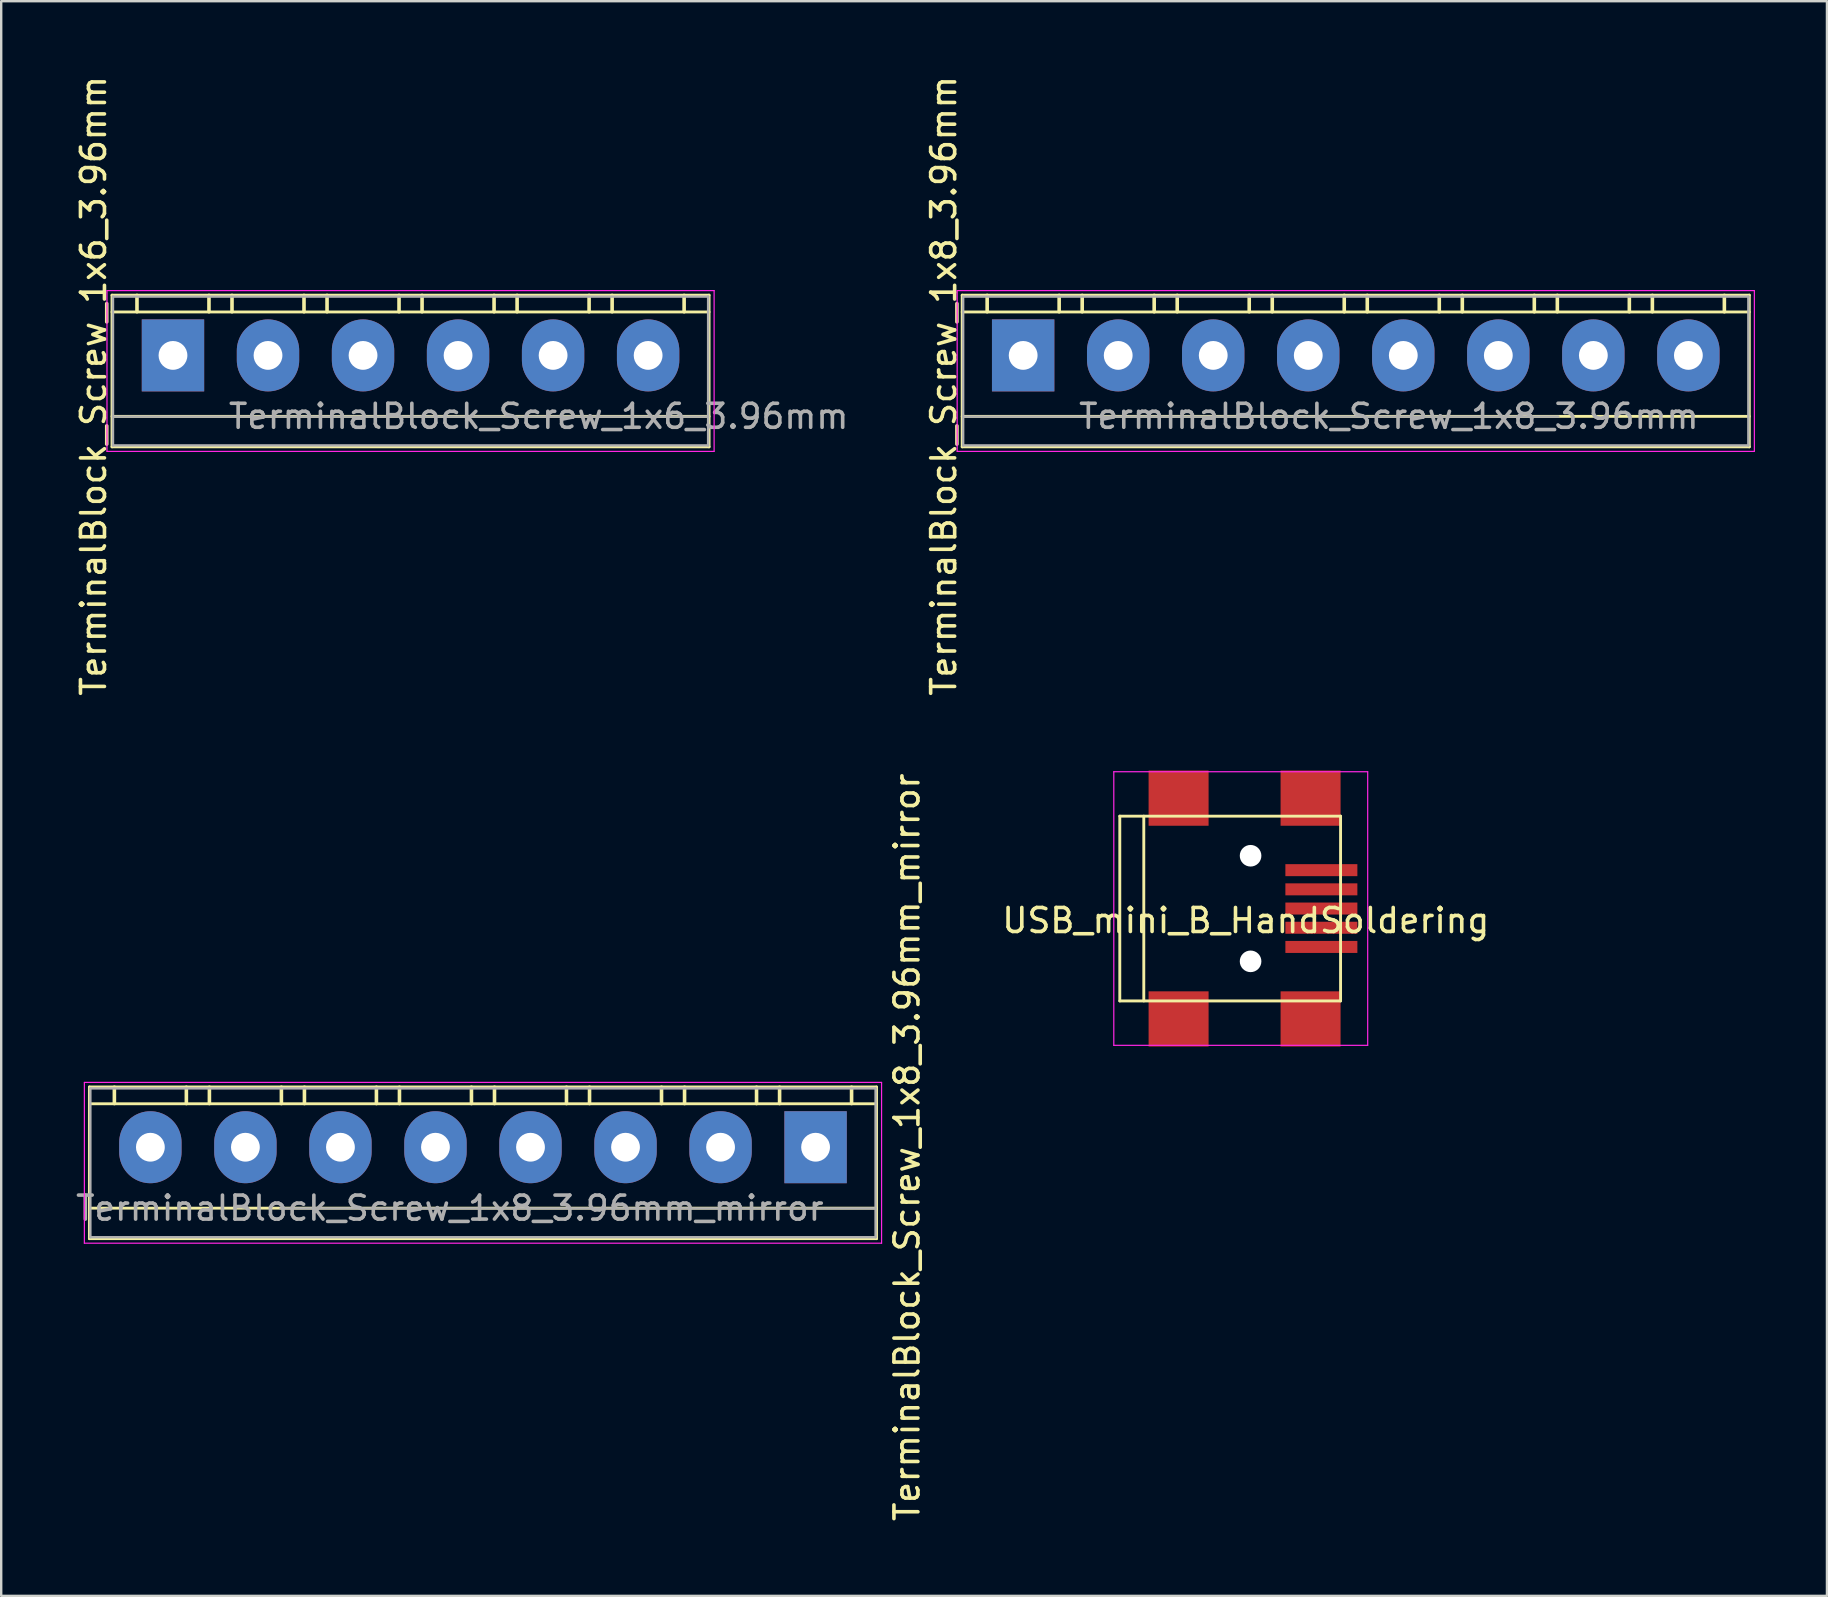
<source format=kicad_pcb>
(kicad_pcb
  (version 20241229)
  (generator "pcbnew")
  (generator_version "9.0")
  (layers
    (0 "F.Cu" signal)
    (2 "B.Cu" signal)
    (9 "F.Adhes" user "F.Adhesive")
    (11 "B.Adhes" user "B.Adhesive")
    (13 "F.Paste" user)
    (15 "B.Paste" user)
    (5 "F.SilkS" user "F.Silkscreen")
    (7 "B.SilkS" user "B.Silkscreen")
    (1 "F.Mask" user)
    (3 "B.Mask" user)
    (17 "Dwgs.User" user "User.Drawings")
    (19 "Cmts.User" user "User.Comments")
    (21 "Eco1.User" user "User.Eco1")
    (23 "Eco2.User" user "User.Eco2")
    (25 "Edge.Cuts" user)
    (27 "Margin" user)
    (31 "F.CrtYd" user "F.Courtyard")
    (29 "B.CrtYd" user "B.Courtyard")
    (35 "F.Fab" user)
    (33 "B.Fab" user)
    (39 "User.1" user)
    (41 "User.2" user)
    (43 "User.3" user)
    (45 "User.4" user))
  (footprint "USB_mini_B_HandSoldering"
    (layer "F.Cu")
    (at 48.863 34.81)
    (property "Reference" "USB_mini_B_HandSoldering" (at 0 0.5 0) (layer "F.SilkS") (effects (font (size 1 1) (thickness 0.15))))
    (attr through_hole)
    (fp_line (start -5.25 -3.85) (end -5.25 3.85) (stroke (width 0.12) (type solid)) (layer "F.SilkS"))
    (fp_line (start -5.25 3.85) (end 3.95 3.85) (stroke (width 0.12) (type solid)) (layer "F.SilkS"))
    (fp_line (start -4.25 -3.85) (end -4.25 3.85) (stroke (width 0.12) (type solid)) (layer "F.SilkS"))
    (fp_line (start 3.95 -3.85) (end -5.25 -3.85) (stroke (width 0.12) (type solid)) (layer "F.SilkS"))
    (fp_line (start 3.95 3.85) (end 3.95 -3.85) (stroke (width 0.12) (type solid)) (layer "F.SilkS"))
    (fp_line (start -5.5 -5.7) (end 5.08 -5.7) (stroke (width 0.05) (type solid)) (layer "F.CrtYd"))
    (fp_line (start -5.5 5.7) (end -5.5 -5.7) (stroke (width 0.05) (type solid)) (layer "F.CrtYd"))
    (fp_line (start 5.08 -5.7) (end 5.08 5.7) (stroke (width 0.05) (type solid)) (layer "F.CrtYd"))
    (fp_line (start 5.08 5.7) (end -5.5 5.7) (stroke (width 0.05) (type solid)) (layer "F.CrtYd"))
    (pad "" np_thru_hole circle (at 0.2 -2.2) (size 0.9 0.9) (drill 0.9) (layers "*.Cu" "*.Mask"))
    (pad "" np_thru_hole circle (at 0.2 2.2) (size 0.9 0.9) (drill 0.9) (layers "*.Cu" "*.Mask"))
    (pad "1" smd rect (at 3.15 -1.6) (size 3 0.5) (layers "F.Cu" "F.Mask" "F.Paste"))
    (pad "2" smd rect (at 3.15 -0.8) (size 3 0.5) (layers "F.Cu" "F.Mask" "F.Paste"))
    (pad "3" smd rect (at 3.15 0) (size 3 0.5) (layers "F.Cu" "F.Mask" "F.Paste"))
    (pad "4" smd rect (at 3.15 0.8) (size 3 0.5) (layers "F.Cu" "F.Mask" "F.Paste"))
    (pad "5" smd rect (at 3.15 1.6) (size 3 0.5) (layers "F.Cu" "F.Mask" "F.Paste"))
    (pad "6" smd rect (at -2.8 -4.6) (size 2.5 2.3) (layers "F.Cu" "F.Mask" "F.Paste"))
    (pad "6" smd rect (at -2.8 4.6) (size 2.5 2.3) (layers "F.Cu" "F.Mask" "F.Paste"))
    (pad "6" smd rect (at 2.7 -4.6) (size 2.5 2.3) (layers "F.Cu" "F.Mask" "F.Paste"))
    (pad "6" smd rect (at 2.7 4.6) (size 2.5 2.3) (layers "F.Cu" "F.Mask" "F.Paste")))
  (footprint "TerminalBlock_Screw_1x6_3.96mm"
    (layer "F.Cu")
    (at 4.158 11.76)
    (property "Reference" "TerminalBlock_Screw_1x6_3.96mm" (at -3.31 1.27 90) (layer "F.SilkS") (effects (font (size 1 1) (thickness 0.15))))
    (attr through_hole)
    (fp_line (start -2.54 -2.51) (end -2.54 3.81) (stroke (width 0.12) (type solid)) (layer "F.SilkS"))
    (fp_line (start -2.54 -2.51) (end 22.34 -2.51) (stroke (width 0.12) (type solid)) (layer "F.SilkS"))
    (fp_line (start -2.54 -1.81) (end 22.34 -1.81) (stroke (width 0.12) (type solid)) (layer "F.SilkS"))
    (fp_line (start -2.54 2.54) (end 22.34 2.54) (stroke (width 0.12) (type solid)) (layer "F.SilkS"))
    (fp_line (start -2.54 3.81) (end 22.34 3.81) (stroke (width 0.12) (type solid)) (layer "F.SilkS"))
    (fp_line (start -1.5 -2.5) (end -1.5 -1.82) (stroke (width 0.15) (type solid)) (layer "F.SilkS"))
    (fp_line (start 1.5 -2.5) (end 1.5 -1.82) (stroke (width 0.15) (type solid)) (layer "F.SilkS"))
    (fp_line (start 2.46 -2.5) (end 2.46 -1.82) (stroke (width 0.15) (type solid)) (layer "F.SilkS"))
    (fp_line (start 5.46 -2.5) (end 5.46 -1.82) (stroke (width 0.15) (type solid)) (layer "F.SilkS"))
    (fp_line (start 6.42 -2.5) (end 6.42 -1.82) (stroke (width 0.15) (type solid)) (layer "F.SilkS"))
    (fp_line (start 9.42 -2.5) (end 9.42 -1.82) (stroke (width 0.15) (type solid)) (layer "F.SilkS"))
    (fp_line (start 10.38 -2.5) (end 10.38 -1.82) (stroke (width 0.15) (type solid)) (layer "F.SilkS"))
    (fp_line (start 13.38 -2.5) (end 13.38 -1.82) (stroke (width 0.15) (type solid)) (layer "F.SilkS"))
    (fp_line (start 14.34 -2.5) (end 14.34 -1.82) (stroke (width 0.15) (type solid)) (layer "F.SilkS"))
    (fp_line (start 17.34 -2.5) (end 17.34 -1.82) (stroke (width 0.15) (type solid)) (layer "F.SilkS"))
    (fp_line (start 18.3 -2.5) (end 18.3 -1.82) (stroke (width 0.15) (type solid)) (layer "F.SilkS"))
    (fp_line (start 21.3 -2.5) (end 21.3 -1.82) (stroke (width 0.15) (type solid)) (layer "F.SilkS"))
    (fp_line (start 22.34 3.81) (end 22.34 -2.51) (stroke (width 0.12) (type solid)) (layer "F.SilkS"))
    (fp_line (start -2.75 -2.7) (end -2.75 4) (stroke (width 0.05) (type solid)) (layer "F.CrtYd"))
    (fp_line (start -2.75 -2.7) (end 22.55 -2.7) (stroke (width 0.05) (type solid)) (layer "F.CrtYd"))
    (fp_line (start 22.55 4) (end -2.75 4) (stroke (width 0.05) (type solid)) (layer "F.CrtYd"))
    (fp_line (start 22.55 4) (end 22.55 -2.7) (stroke (width 0.05) (type solid)) (layer "F.CrtYd"))
    (fp_line (start -2.5 -2.45) (end -2.5 3.75) (stroke (width 0.1) (type solid)) (layer "F.Fab"))
    (fp_line (start -2.5 2.55) (end 22.3 2.55) (stroke (width 0.1) (type solid)) (layer "F.Fab"))
    (fp_line (start -2.5 3.75) (end 22.3 3.75) (stroke (width 0.1) (type solid)) (layer "F.Fab"))
    (fp_line (start 22.3 -2.45) (end -2.5 -2.45) (stroke (width 0.1) (type solid)) (layer "F.Fab"))
    (fp_line (start 22.3 3.75) (end 22.3 -2.45) (stroke (width 0.1) (type solid)) (layer "F.Fab"))
    (fp_text user "${REFERENCE}" (at 15.24 2.54 0) (layer "F.Fab") (effects (font (size 1 1) (thickness 0.15))))
    (pad "1" thru_hole rect (at 0 0) (size 2.6 3) (drill 1.2) (layers "*.Cu" "*.Mask"))
    (pad "2" thru_hole oval (at 3.96 0) (size 2.6 3) (drill 1.2) (layers "*.Cu" "*.Mask"))
    (pad "3" thru_hole oval (at 7.92 0) (size 2.6 3) (drill 1.2) (layers "*.Cu" "*.Mask"))
    (pad "4" thru_hole oval (at 11.88 0) (size 2.6 3) (drill 1.2) (layers "*.Cu" "*.Mask"))
    (pad "5" thru_hole oval (at 15.84 0) (size 2.6 3) (drill 1.2) (layers "*.Cu" "*.Mask"))
    (pad "6" thru_hole oval (at 19.8 0) (size 2.6 3) (drill 1.2) (layers "*.Cu" "*.Mask")))
  (footprint "TerminalBlock_Screw_1x8_3.96mm_mirror"
    (layer "F.Cu")
    (at 30.936 44.756)
    (property "Reference" "TerminalBlock_Screw_1x8_3.96mm_mirror" (at 3.81 0 270) (layer "F.SilkS") (effects (font (size 1 1) (thickness 0.15))))
    (attr through_hole)
    (fp_line (start -30.26 3.81) (end -30.26 -2.51) (stroke (width 0.12) (type solid)) (layer "F.SilkS"))
    (fp_line (start -29.22 -2.5) (end -29.22 -1.82) (stroke (width 0.15) (type solid)) (layer "F.SilkS"))
    (fp_line (start -26.22 -2.5) (end -26.22 -1.82) (stroke (width 0.15) (type solid)) (layer "F.SilkS"))
    (fp_line (start -25.26 -2.5) (end -25.26 -1.82) (stroke (width 0.15) (type solid)) (layer "F.SilkS"))
    (fp_line (start -22.26 -2.5) (end -22.26 -1.82) (stroke (width 0.15) (type solid)) (layer "F.SilkS"))
    (fp_line (start -21.3 -2.5) (end -21.3 -1.82) (stroke (width 0.15) (type solid)) (layer "F.SilkS"))
    (fp_line (start -18.3 -2.5) (end -18.3 -1.82) (stroke (width 0.15) (type solid)) (layer "F.SilkS"))
    (fp_line (start -17.34 -2.5) (end -17.34 -1.82) (stroke (width 0.15) (type solid)) (layer "F.SilkS"))
    (fp_line (start -14.34 -2.5) (end -14.34 -1.82) (stroke (width 0.15) (type solid)) (layer "F.SilkS"))
    (fp_line (start -13.38 -2.5) (end -13.38 -1.82) (stroke (width 0.15) (type solid)) (layer "F.SilkS"))
    (fp_line (start -10.38 -2.5) (end -10.38 -1.82) (stroke (width 0.15) (type solid)) (layer "F.SilkS"))
    (fp_line (start -9.42 -2.5) (end -9.42 -1.82) (stroke (width 0.15) (type solid)) (layer "F.SilkS"))
    (fp_line (start -6.42 -2.5) (end -6.42 -1.82) (stroke (width 0.15) (type solid)) (layer "F.SilkS"))
    (fp_line (start -5.46 -2.5) (end -5.46 -1.82) (stroke (width 0.15) (type solid)) (layer "F.SilkS"))
    (fp_line (start -2.46 -2.5) (end -2.46 -1.82) (stroke (width 0.15) (type solid)) (layer "F.SilkS"))
    (fp_line (start -1.5 -2.5) (end -1.5 -1.82) (stroke (width 0.15) (type solid)) (layer "F.SilkS"))
    (fp_line (start 1.5 -2.5) (end 1.5 -1.82) (stroke (width 0.15) (type solid)) (layer "F.SilkS"))
    (fp_line (start 2.54 -2.51) (end -30.26 -2.51) (stroke (width 0.12) (type solid)) (layer "F.SilkS"))
    (fp_line (start 2.54 -2.51) (end 2.54 3.81) (stroke (width 0.12) (type solid)) (layer "F.SilkS"))
    (fp_line (start 2.54 -1.81) (end -30.26 -1.81) (stroke (width 0.12) (type solid)) (layer "F.SilkS"))
    (fp_line (start 2.54 2.54) (end -30.26 2.54) (stroke (width 0.12) (type solid)) (layer "F.SilkS"))
    (fp_line (start 2.54 3.81) (end -30.26 3.81) (stroke (width 0.12) (type solid)) (layer "F.SilkS"))
    (fp_line (start -30.47 4) (end -30.47 -2.7) (stroke (width 0.05) (type solid)) (layer "F.CrtYd"))
    (fp_line (start -30.47 4) (end 2.75 4) (stroke (width 0.05) (type solid)) (layer "F.CrtYd"))
    (fp_line (start 2.75 -2.7) (end -30.47 -2.7) (stroke (width 0.05) (type solid)) (layer "F.CrtYd"))
    (fp_line (start 2.75 -2.7) (end 2.75 4) (stroke (width 0.05) (type solid)) (layer "F.CrtYd"))
    (fp_line (start -30.22 -2.45) (end 2.5 -2.45) (stroke (width 0.1) (type solid)) (layer "F.Fab"))
    (fp_line (start -30.22 3.75) (end -30.22 -2.45) (stroke (width 0.1) (type solid)) (layer "F.Fab"))
    (fp_line (start 2.5 -2.45) (end 2.5 3.75) (stroke (width 0.1) (type solid)) (layer "F.Fab"))
    (fp_line (start 2.5 2.55) (end -22.3 2.55) (stroke (width 0.1) (type solid)) (layer "F.Fab"))
    (fp_line (start 2.5 3.75) (end -30.22 3.75) (stroke (width 0.1) (type solid)) (layer "F.Fab"))
    (fp_text user "${REFERENCE}" (at -15.24 2.54 0) (layer "F.Fab") (effects (font (size 1 1) (thickness 0.15))))
    (pad "1" thru_hole rect (at 0 0) (size 2.6 3) (drill 1.2) (layers "*.Cu" "*.Mask"))
    (pad "2" thru_hole oval (at -3.96 0) (size 2.6 3) (drill 1.2) (layers "*.Cu" "*.Mask"))
    (pad "3" thru_hole oval (at -7.92 0) (size 2.6 3) (drill 1.2) (layers "*.Cu" "*.Mask"))
    (pad "4" thru_hole oval (at -11.88 0) (size 2.6 3) (drill 1.2) (layers "*.Cu" "*.Mask"))
    (pad "5" thru_hole oval (at -15.84 0) (size 2.6 3) (drill 1.2) (layers "*.Cu" "*.Mask"))
    (pad "6" thru_hole oval (at -19.8 0) (size 2.6 3) (drill 1.2) (layers "*.Cu" "*.Mask"))
    (pad "7" thru_hole oval (at -23.76 0) (size 2.6 3) (drill 1.2) (layers "*.Cu" "*.Mask"))
    (pad "8" thru_hole oval (at -27.72 0) (size 2.6 3) (drill 1.2) (layers "*.Cu" "*.Mask")))
  (footprint "TerminalBlock_Screw_1x8_3.96mm"
    (layer "F.Cu")
    (at 39.586 11.76)
    (property "Reference" "TerminalBlock_Screw_1x8_3.96mm" (at -3.31 1.27 90) (layer "F.SilkS") (effects (font (size 1 1) (thickness 0.15))))
    (attr through_hole)
    (fp_line (start -2.54 -2.51) (end -2.54 3.81) (stroke (width 0.12) (type solid)) (layer "F.SilkS"))
    (fp_line (start -2.54 -2.51) (end 30.26 -2.51) (stroke (width 0.12) (type solid)) (layer "F.SilkS"))
    (fp_line (start -2.54 -1.81) (end 30.26 -1.81) (stroke (width 0.12) (type solid)) (layer "F.SilkS"))
    (fp_line (start -2.54 2.54) (end 30.26 2.54) (stroke (width 0.12) (type solid)) (layer "F.SilkS"))
    (fp_line (start -2.54 3.81) (end 30.26 3.81) (stroke (width 0.12) (type solid)) (layer "F.SilkS"))
    (fp_line (start -1.5 -2.5) (end -1.5 -1.82) (stroke (width 0.15) (type solid)) (layer "F.SilkS"))
    (fp_line (start 1.5 -2.5) (end 1.5 -1.82) (stroke (width 0.15) (type solid)) (layer "F.SilkS"))
    (fp_line (start 2.46 -2.5) (end 2.46 -1.82) (stroke (width 0.15) (type solid)) (layer "F.SilkS"))
    (fp_line (start 5.46 -2.5) (end 5.46 -1.82) (stroke (width 0.15) (type solid)) (layer "F.SilkS"))
    (fp_line (start 6.42 -2.5) (end 6.42 -1.82) (stroke (width 0.15) (type solid)) (layer "F.SilkS"))
    (fp_line (start 9.42 -2.5) (end 9.42 -1.82) (stroke (width 0.15) (type solid)) (layer "F.SilkS"))
    (fp_line (start 10.38 -2.5) (end 10.38 -1.82) (stroke (width 0.15) (type solid)) (layer "F.SilkS"))
    (fp_line (start 13.38 -2.5) (end 13.38 -1.82) (stroke (width 0.15) (type solid)) (layer "F.SilkS"))
    (fp_line (start 14.34 -2.5) (end 14.34 -1.82) (stroke (width 0.15) (type solid)) (layer "F.SilkS"))
    (fp_line (start 17.34 -2.5) (end 17.34 -1.82) (stroke (width 0.15) (type solid)) (layer "F.SilkS"))
    (fp_line (start 18.3 -2.5) (end 18.3 -1.82) (stroke (width 0.15) (type solid)) (layer "F.SilkS"))
    (fp_line (start 21.3 -2.5) (end 21.3 -1.82) (stroke (width 0.15) (type solid)) (layer "F.SilkS"))
    (fp_line (start 22.26 -2.5) (end 22.26 -1.82) (stroke (width 0.15) (type solid)) (layer "F.SilkS"))
    (fp_line (start 25.26 -2.5) (end 25.26 -1.82) (stroke (width 0.15) (type solid)) (layer "F.SilkS"))
    (fp_line (start 26.22 -2.5) (end 26.22 -1.82) (stroke (width 0.15) (type solid)) (layer "F.SilkS"))
    (fp_line (start 29.22 -2.5) (end 29.22 -1.82) (stroke (width 0.15) (type solid)) (layer "F.SilkS"))
    (fp_line (start 30.26 3.81) (end 30.26 -2.51) (stroke (width 0.12) (type solid)) (layer "F.SilkS"))
    (fp_line (start -2.75 -2.7) (end -2.75 4) (stroke (width 0.05) (type solid)) (layer "F.CrtYd"))
    (fp_line (start -2.75 -2.7) (end 30.47 -2.7) (stroke (width 0.05) (type solid)) (layer "F.CrtYd"))
    (fp_line (start 30.47 4) (end -2.75 4) (stroke (width 0.05) (type solid)) (layer "F.CrtYd"))
    (fp_line (start 30.47 4) (end 30.47 -2.7) (stroke (width 0.05) (type solid)) (layer "F.CrtYd"))
    (fp_line (start -2.5 -2.45) (end -2.5 3.75) (stroke (width 0.1) (type solid)) (layer "F.Fab"))
    (fp_line (start -2.5 2.55) (end 22.3 2.55) (stroke (width 0.1) (type solid)) (layer "F.Fab"))
    (fp_line (start -2.5 3.75) (end 30.22 3.75) (stroke (width 0.1) (type solid)) (layer "F.Fab"))
    (fp_line (start 30.22 -2.45) (end -2.5 -2.45) (stroke (width 0.1) (type solid)) (layer "F.Fab"))
    (fp_line (start 30.22 3.75) (end 30.22 -2.45) (stroke (width 0.1) (type solid)) (layer "F.Fab"))
    (fp_text user "${REFERENCE}" (at 15.24 2.54 0) (layer "F.Fab") (effects (font (size 1 1) (thickness 0.15))))
    (pad "1" thru_hole rect (at 0 0) (size 2.6 3) (drill 1.2) (layers "*.Cu" "*.Mask"))
    (pad "2" thru_hole oval (at 3.96 0) (size 2.6 3) (drill 1.2) (layers "*.Cu" "*.Mask"))
    (pad "3" thru_hole oval (at 7.92 0) (size 2.6 3) (drill 1.2) (layers "*.Cu" "*.Mask"))
    (pad "4" thru_hole oval (at 11.88 0) (size 2.6 3) (drill 1.2) (layers "*.Cu" "*.Mask"))
    (pad "5" thru_hole oval (at 15.84 0) (size 2.6 3) (drill 1.2) (layers "*.Cu" "*.Mask"))
    (pad "6" thru_hole oval (at 19.8 0) (size 2.6 3) (drill 1.2) (layers "*.Cu" "*.Mask"))
    (pad "7" thru_hole oval (at 23.76 0) (size 2.6 3) (drill 1.2) (layers "*.Cu" "*.Mask"))
    (pad "8" thru_hole oval (at 27.72 0) (size 2.6 3) (drill 1.2) (layers "*.Cu" "*.Mask")))
  (gr_rect
    (start -3 -3)
    (end 73.081 63.452)
    (stroke (width 0.1) (type default))
    (fill no)
    (layer "Edge.Cuts")))
</source>
